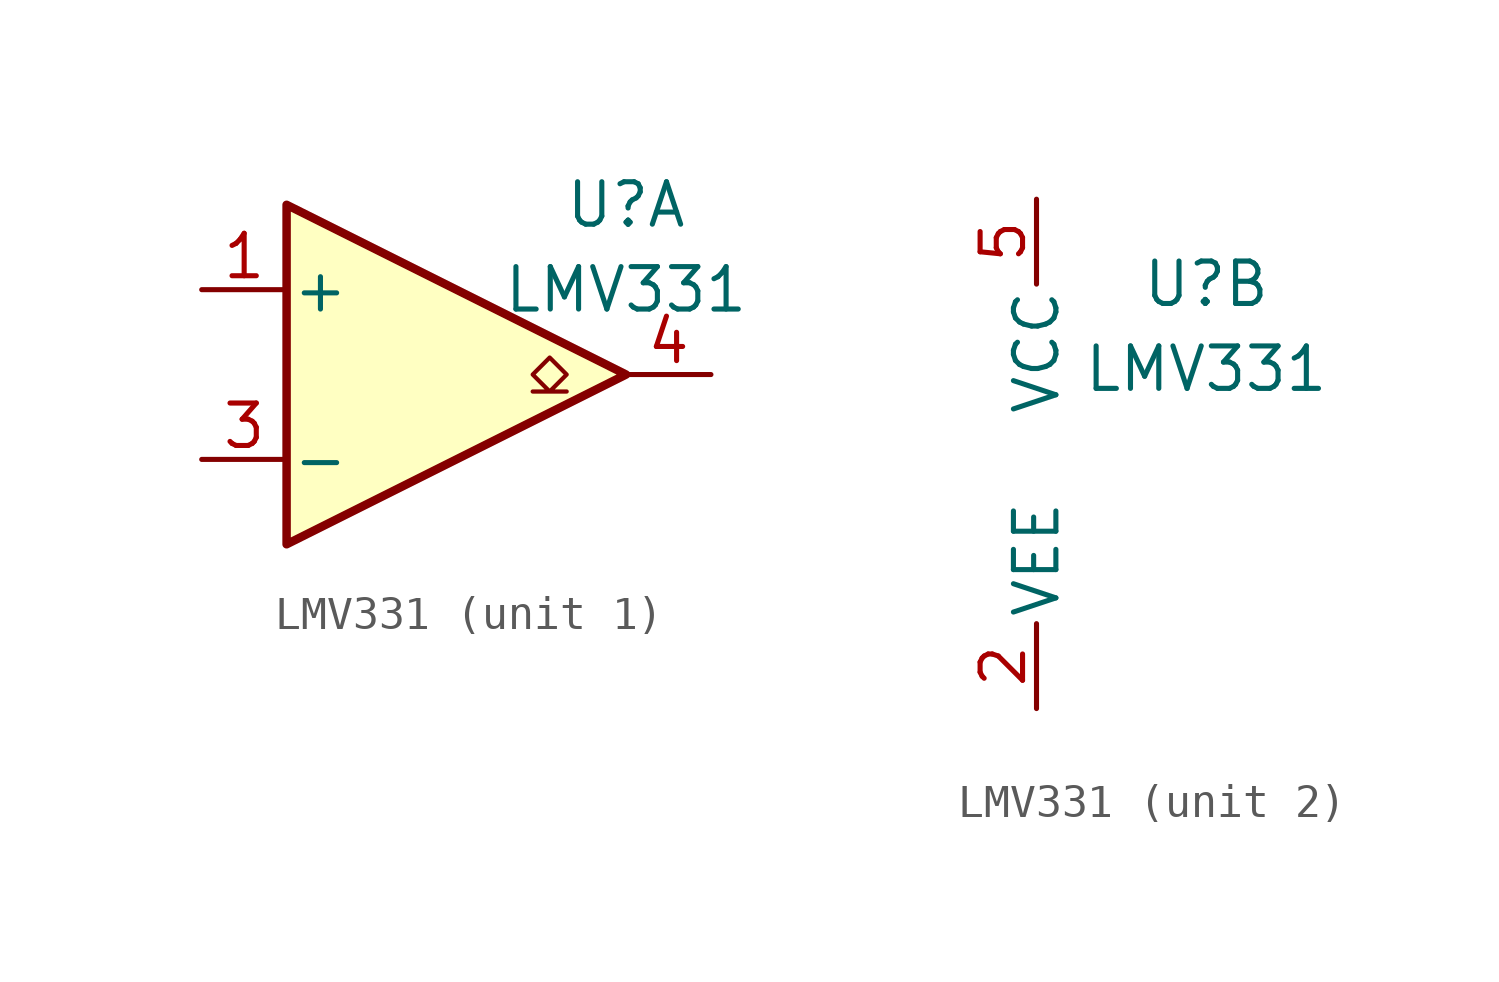
<source format=kicad_sym>
(kicad_symbol_lib
  (version 20220914)
  (generator kicad_symbol_editor)
  (symbol "LMV331"
    (pin_names
      (offset 0.127))
    (property "Reference" "U"
      (at 5.08 5.08 0)
      (effects (font (size 1.27 1.27))))
    (property "Value" "LMV331"
      (at 5.08 2.54 0)
      (effects (font (size 1.27 1.27))))
    (property "ki_locked" ""
      (at 0 0 0)
      (effects (font (size 1.27 1.27))))
    (symbol "LMV331_1_1"
      (polyline (pts (xy -5.08 5.08) (xy 5.08 0) (xy -5.08 -5.08) (xy -5.08 5.08)) (stroke (width 0.254) (type default)) (fill (type background)))
      (polyline (pts (xy 3.302 -0.508) (xy 2.794 -0.508) (xy 3.302 0) (xy 2.794 0.508) (xy 2.286 0) (xy 2.794 -0.508) (xy 2.286 -0.508)) (stroke (width 0.127) (type default)) (fill (type none)))
      (pin input line (at -7.62 2.54 0) (length 2.54) (name "+" (effects (font (size 1.27 1.27)))) (number "1" (effects (font (size 1.27 1.27)))))
      (pin input line (at -7.62 -2.54 0) (length 2.54) (name "-" (effects (font (size 1.27 1.27)))) (number "3" (effects (font (size 1.27 1.27)))))
      (pin open_collector line (at 7.62 0 180) (length 2.54) (name "~" (effects (font (size 1.27 1.27)))) (number "4" (effects (font (size 1.27 1.27))))))
    (symbol "LMV331_2_1"
      (pin power_in line (at 0 -7.62 90) (length 2.54) (name "VEE" (effects (font (size 1.27 1.27)))) (number "2" (effects (font (size 1.27 1.27)))))
      (pin power_in line (at 0 7.62 270) (length 2.54) (name "VCC" (effects (font (size 1.27 1.27)))) (number "5" (effects (font (size 1.27 1.27))))))))
</source>
